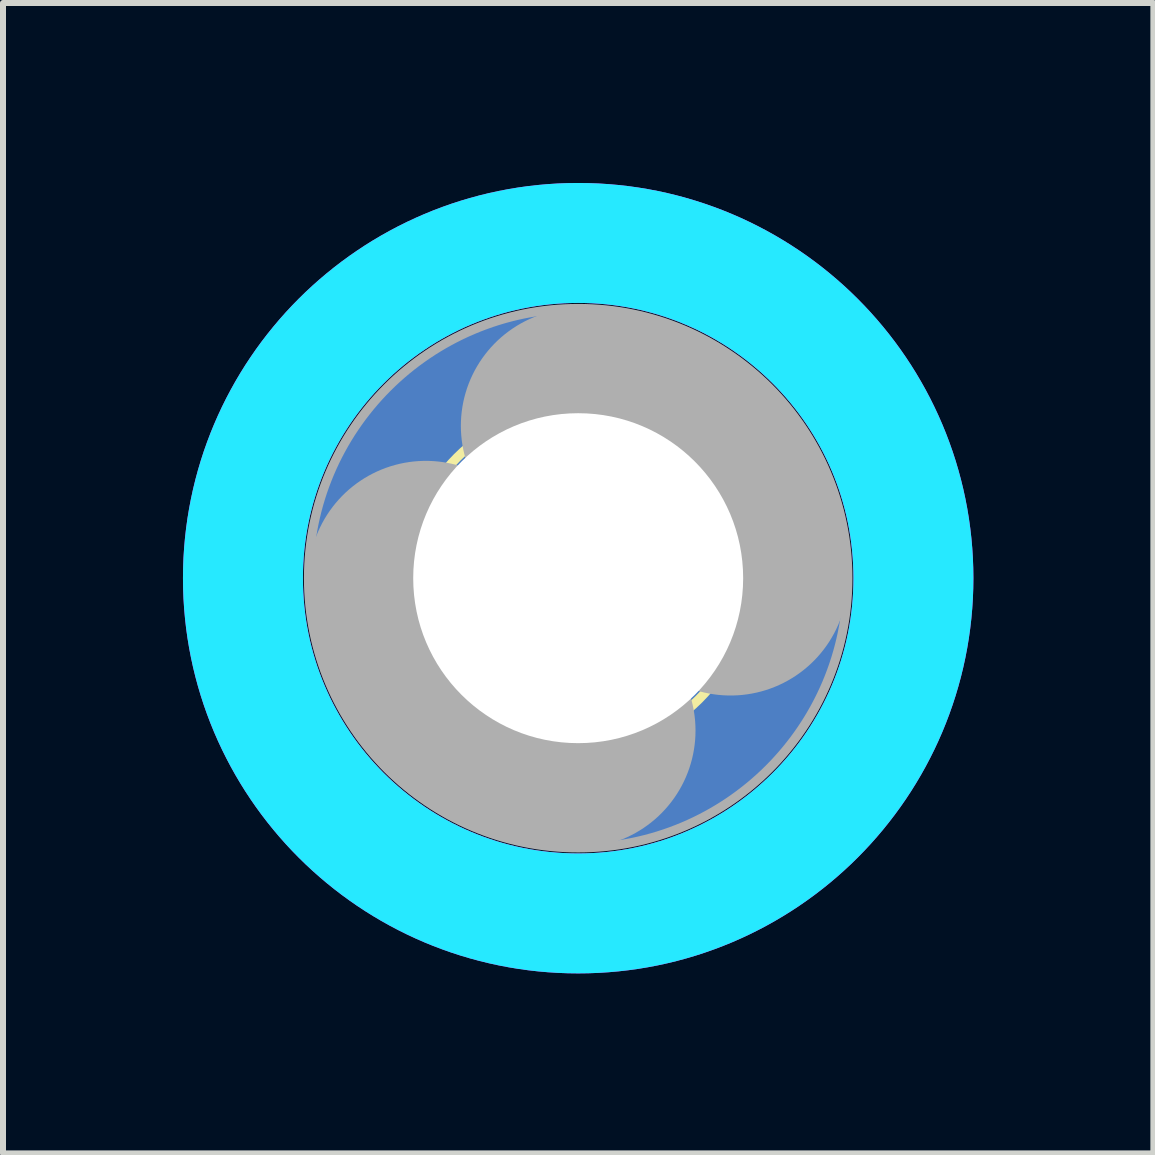
<source format=kicad_pcb>
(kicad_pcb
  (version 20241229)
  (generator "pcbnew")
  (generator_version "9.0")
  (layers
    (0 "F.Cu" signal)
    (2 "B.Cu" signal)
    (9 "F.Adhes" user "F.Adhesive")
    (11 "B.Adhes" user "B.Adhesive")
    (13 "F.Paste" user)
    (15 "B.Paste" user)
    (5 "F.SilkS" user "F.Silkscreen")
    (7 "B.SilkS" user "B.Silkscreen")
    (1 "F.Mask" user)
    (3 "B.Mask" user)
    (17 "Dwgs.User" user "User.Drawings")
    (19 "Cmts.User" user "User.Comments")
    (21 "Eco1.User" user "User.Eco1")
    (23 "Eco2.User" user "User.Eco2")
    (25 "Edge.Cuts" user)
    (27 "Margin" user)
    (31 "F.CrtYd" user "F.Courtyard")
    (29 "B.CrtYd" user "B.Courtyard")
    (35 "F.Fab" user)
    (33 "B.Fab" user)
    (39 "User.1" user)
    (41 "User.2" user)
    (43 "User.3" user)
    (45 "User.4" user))
  (footprint "footprint"
    (layer "F.Cu")
    (at 6.588 6.588)
    (property "Reference" "footprint" (at 0 0 0) (layer "F.SilkS") (effects (font (size 1.27 1.27) (thickness 0.15))))
    (fp_circle (center 0 0) (end 2.85 0) (stroke (width 0.152) (type solid)) (fill no) (layer "F.SilkS"))
    (fp_circle (center 0 0) (end 5.588 0) (stroke (width 2) (type solid)) (fill no) (layer "B.CrtYd"))
    (fp_circle (center 0 0) (end 5.588 0) (stroke (width 2) (type solid)) (fill no) (layer "F.CrtYd"))
    (fp_arc (start 0 -2.54) (mid 1.796051 -1.796051) (end 2.54 0) (stroke (width 3.9116) (type solid)) (layer "F.Fab"))
    (fp_arc (start 0 2.54) (mid -1.796051 1.796051) (end -2.54 0) (stroke (width 3.9116) (type solid)) (layer "F.Fab"))
    (fp_circle (center 0 0) (end 0.762 0) (stroke (width 0.457) (type solid)) (fill no) (layer "F.Fab"))
    (fp_circle (center 0 0) (end 4.496 0) (stroke (width 0.152) (type solid)) (fill no) (layer "F.Fab"))
    (pad "B5,5" thru_hole circle (at 0 0) (size 9 9) (drill 5.5) (layers "*.Cu" "*.Mask"))
    (zone (net_name "") (layers "F.Cu" "B.Cu") (hatch edge 0.508) (connect_pads) (min_thickness 0.254) (filled_areas_thickness no) (keepout (tracks allowed) (vias not_allowed) (pads allowed) (copperpour allowed) (footprints allowed)) (placement (enabled no)) (fill) (polygon (pts (xy 13.176 6.588) (xy 13.076 5.444) (xy 12.779 4.335) (xy 12.293 3.294) (xy 11.635 2.353) (xy 10.823 1.541) (xy 9.882 0.883) (xy 8.841 0.397) (xy 7.732 0.1) (xy 6.588 0) (xy 5.444 0.1) (xy 4.335 0.397) (xy 3.294 0.883) (xy 2.353 1.541) (xy 1.541 2.353) (xy 0.883 3.294) (xy 0.397 4.335) (xy 0.1 5.444) (xy 0 6.588) (xy 0.1 7.732) (xy 0.397 8.841) (xy 0.883 9.882) (xy 1.541 10.823) (xy 2.353 11.635) (xy 3.294 12.293) (xy 4.335 12.779) (xy 5.444 13.076) (xy 6.588 13.176) (xy 7.732 13.076) (xy 8.841 12.779) (xy 9.882 12.293) (xy 10.823 11.635) (xy 11.635 10.823) (xy 12.293 9.882) (xy 12.779 8.841) (xy 13.076 7.732))) (polygon (pts (xy 11.176 6.588) (xy 11.106 5.791) (xy 10.899 5.019) (xy 10.561 4.294) (xy 10.103 3.639) (xy 9.537 3.073) (xy 8.882 2.615) (xy 8.157 2.277) (xy 7.385 2.07) (xy 6.588 2) (xy 5.791 2.07) (xy 5.019 2.277) (xy 4.294 2.615) (xy 3.639 3.073) (xy 3.073 3.639) (xy 2.615 4.294) (xy 2.277 5.019) (xy 2.07 5.791) (xy 2 6.588) (xy 2.07 7.385) (xy 2.277 8.157) (xy 2.615 8.882) (xy 3.073 9.537) (xy 3.639 10.103) (xy 4.294 10.561) (xy 5.019 10.899) (xy 5.791 11.106) (xy 6.588 11.176) (xy 7.385 11.106) (xy 8.157 10.899) (xy 8.882 10.561) (xy 9.537 10.103) (xy 10.103 9.537) (xy 10.561 8.882) (xy 10.899 8.157) (xy 11.106 7.385)))))
  (gr_rect
    (start -3 -3)
    (end 16.176 16.176)
    (stroke (width 0.1) (type default))
    (fill no)
    (layer "Edge.Cuts")))
</source>
